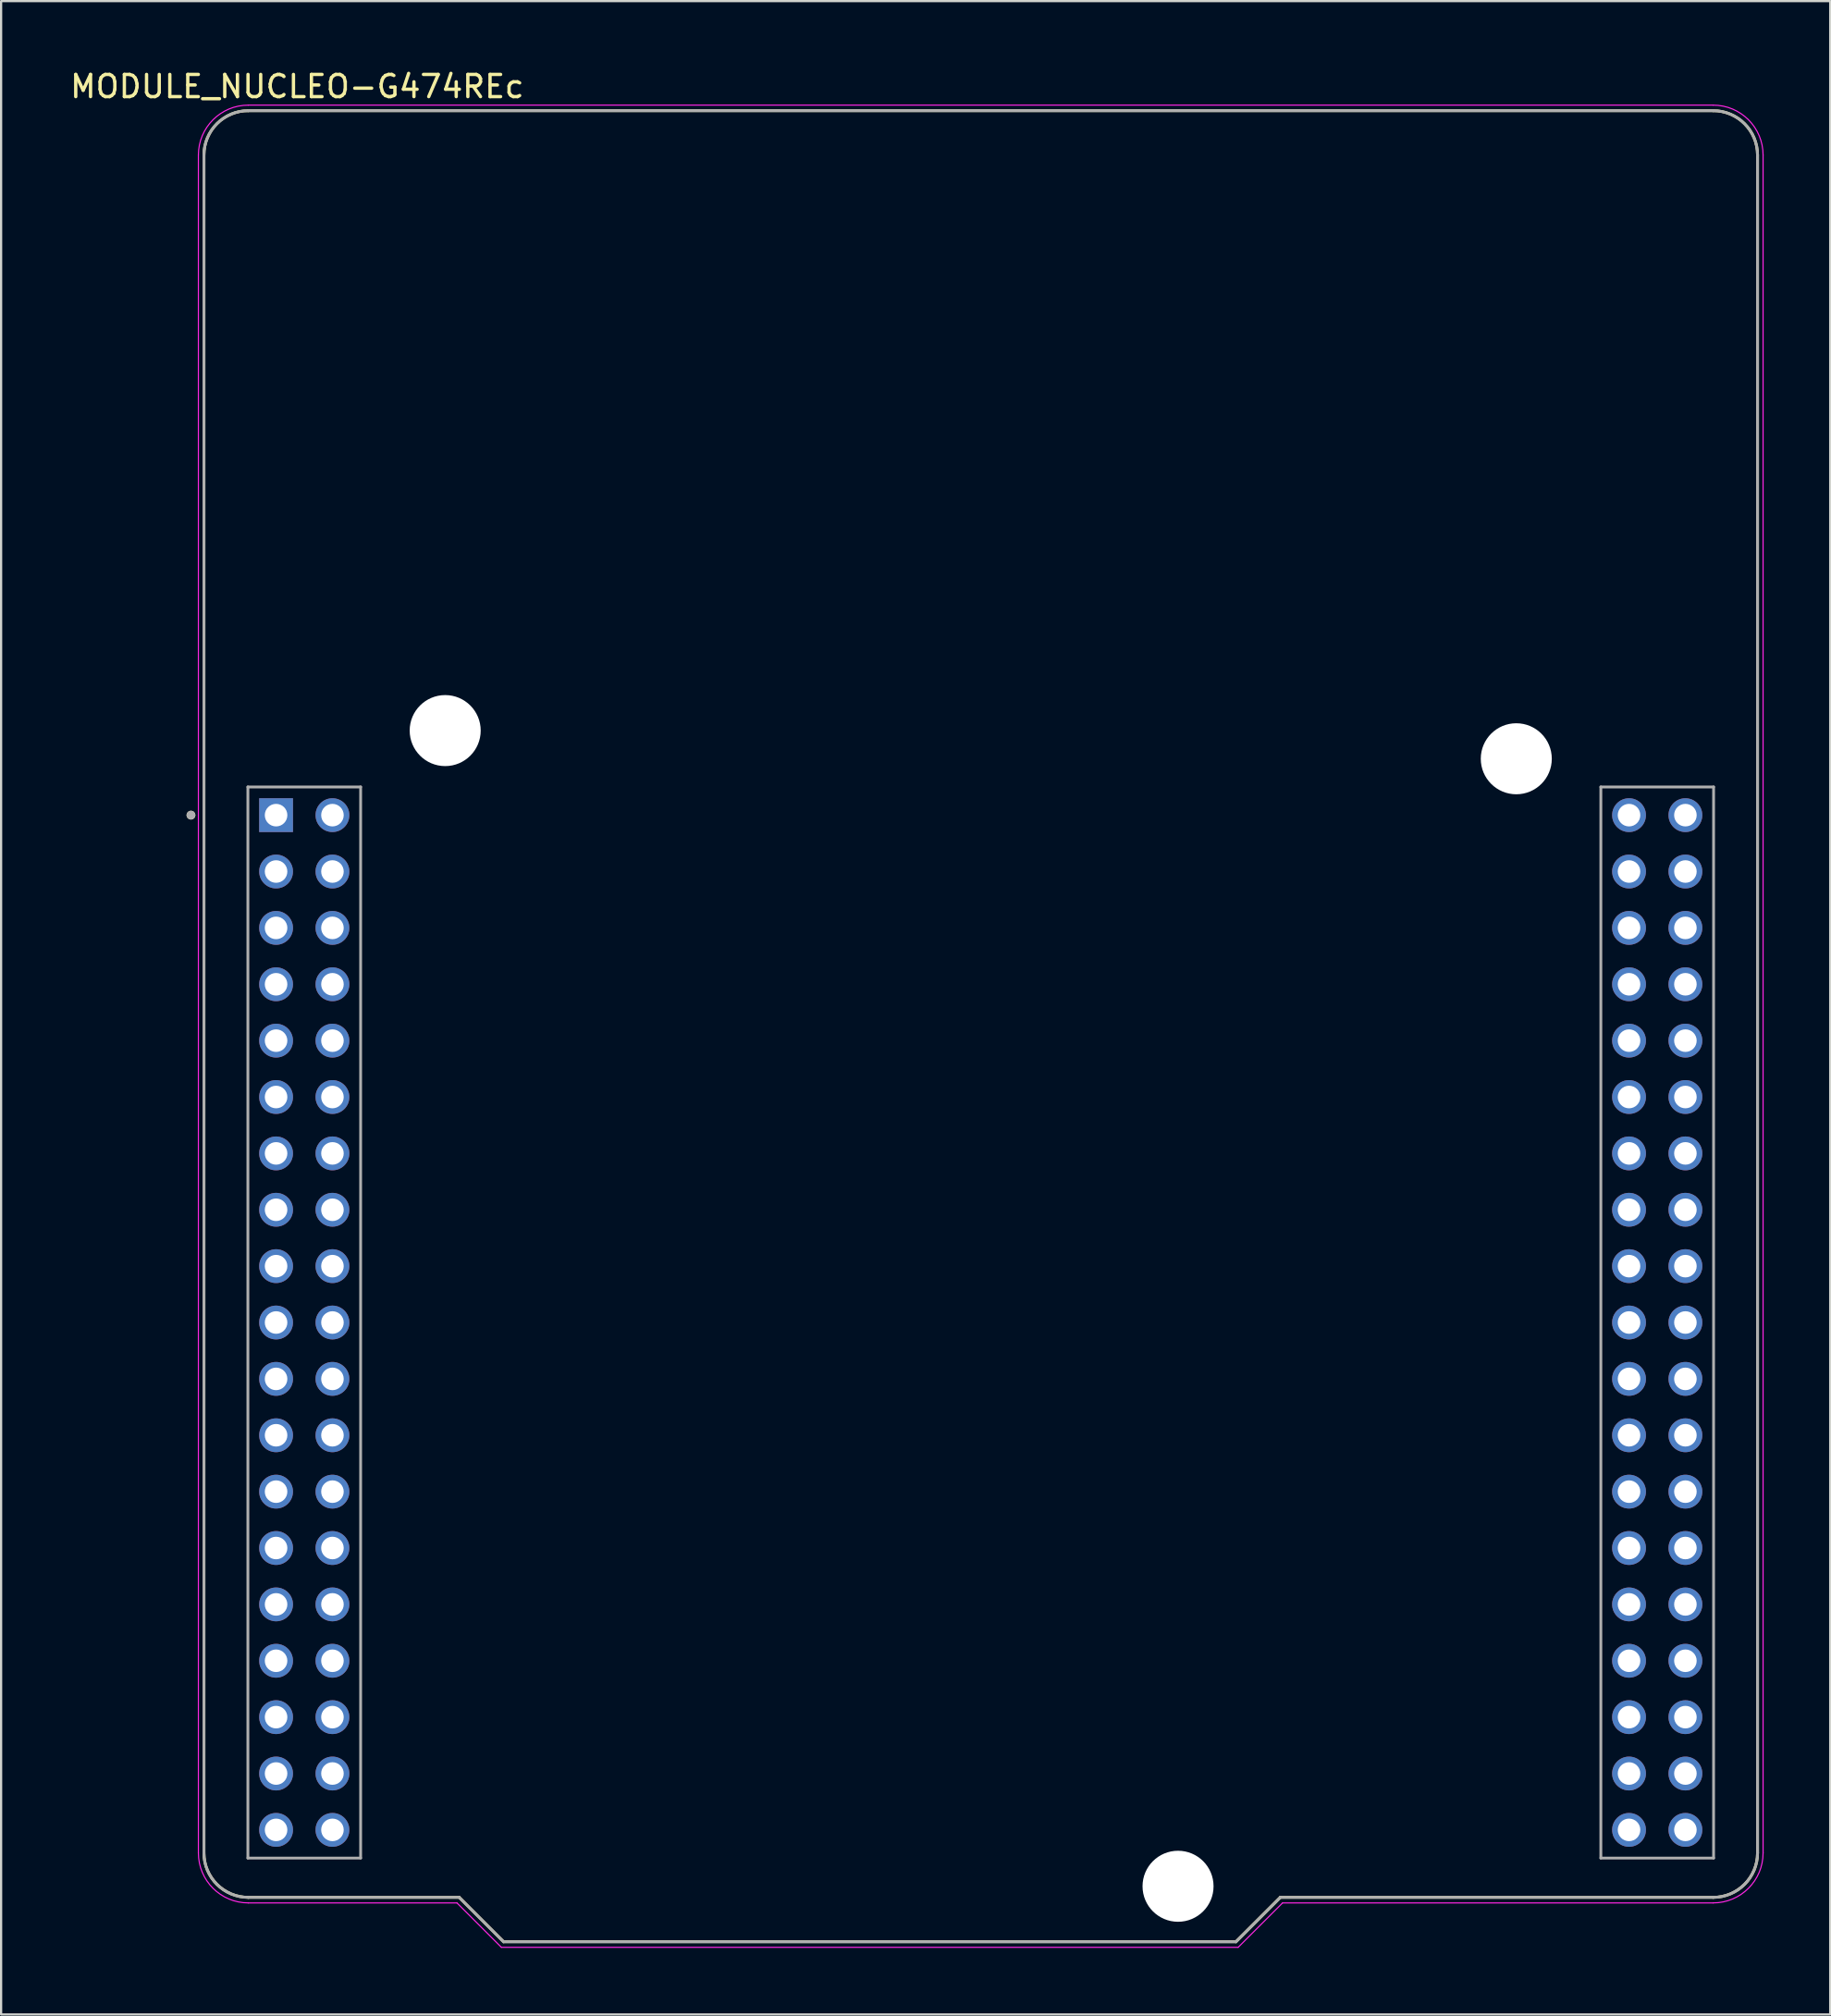
<source format=kicad_pcb>
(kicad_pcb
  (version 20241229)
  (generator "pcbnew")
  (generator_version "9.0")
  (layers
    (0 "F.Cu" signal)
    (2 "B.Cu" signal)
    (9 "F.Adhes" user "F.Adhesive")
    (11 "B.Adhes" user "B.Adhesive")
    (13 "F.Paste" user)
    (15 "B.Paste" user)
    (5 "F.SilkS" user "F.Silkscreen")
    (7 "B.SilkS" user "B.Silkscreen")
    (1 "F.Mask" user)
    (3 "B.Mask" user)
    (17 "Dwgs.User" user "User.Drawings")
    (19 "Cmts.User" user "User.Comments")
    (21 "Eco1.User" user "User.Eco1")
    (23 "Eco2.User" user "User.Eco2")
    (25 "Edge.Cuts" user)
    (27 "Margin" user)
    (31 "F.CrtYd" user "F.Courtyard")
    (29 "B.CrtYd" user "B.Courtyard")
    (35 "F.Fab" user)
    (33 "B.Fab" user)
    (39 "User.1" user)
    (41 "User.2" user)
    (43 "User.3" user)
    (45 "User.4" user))
  (footprint "MODULE_NUCLEO-G474REc"
    (layer "F.Cu")
    (at 41.139 43.187)
    (property "Reference" "MODULE_NUCLEO-G474REc" (at -30.8 -42.339 0) (layer "F.SilkS") (effects (font (size 1 1) (thickness 0.15))))
    (attr through_hole)
    (fp_line (start -35 -39.25) (end -35 37.25) (stroke (width 0.127) (type solid)) (layer "F.SilkS"))
    (fp_line (start -33 -41.25) (end 33 -41.25) (stroke (width 0.127) (type solid)) (layer "F.SilkS"))
    (fp_line (start -33 39.25) (end -23.5 39.25) (stroke (width 0.127) (type solid)) (layer "F.SilkS"))
    (fp_line (start -23.5 39.25) (end -21.5 41.25) (stroke (width 0.127) (type solid)) (layer "F.SilkS"))
    (fp_line (start -21.5 41.25) (end 11.5 41.25) (stroke (width 0.127) (type solid)) (layer "F.SilkS"))
    (fp_line (start 11.5 41.25) (end 13.5 39.25) (stroke (width 0.127) (type solid)) (layer "F.SilkS"))
    (fp_line (start 13.5 39.25) (end 33 39.25) (stroke (width 0.127) (type solid)) (layer "F.SilkS"))
    (fp_line (start 35 37.25) (end 35 -39.25) (stroke (width 0.127) (type solid)) (layer "F.SilkS"))
    (fp_arc (start -35 -39.25) (mid -34.414214 -40.664214) (end -33 -41.25) (stroke (width 0.127) (type solid)) (layer "F.SilkS"))
    (fp_arc (start -33 39.25) (mid -34.414214 38.664214) (end -35 37.25) (stroke (width 0.127) (type solid)) (layer "F.SilkS"))
    (fp_arc (start 33 -41.25) (mid 34.414214 -40.664214) (end 35 -39.25) (stroke (width 0.127) (type solid)) (layer "F.SilkS"))
    (fp_arc (start 35 37.25) (mid 34.414214 38.664214) (end 33 39.25) (stroke (width 0.127) (type solid)) (layer "F.SilkS"))
    (fp_circle (center -35.585 -9.51) (end -35.485 -9.51) (stroke (width 0.2) (type solid)) (fill no) (layer "F.SilkS"))
    (fp_line (start -35.25 -39.25) (end -35.25 37.25) (stroke (width 0.05) (type solid)) (layer "F.CrtYd"))
    (fp_line (start -33 -41.5) (end 33 -41.5) (stroke (width 0.05) (type solid)) (layer "F.CrtYd"))
    (fp_line (start -33 39.5) (end -23.6 39.5) (stroke (width 0.05) (type solid)) (layer "F.CrtYd"))
    (fp_line (start -23.6 39.5) (end -21.6 41.5) (stroke (width 0.05) (type solid)) (layer "F.CrtYd"))
    (fp_line (start -21.6 41.5) (end 11.6 41.5) (stroke (width 0.05) (type solid)) (layer "F.CrtYd"))
    (fp_line (start 11.6 41.5) (end 13.6 39.5) (stroke (width 0.05) (type solid)) (layer "F.CrtYd"))
    (fp_line (start 13.6 39.5) (end 33 39.5) (stroke (width 0.05) (type solid)) (layer "F.CrtYd"))
    (fp_line (start 35.25 37.25) (end 35.25 -39.25) (stroke (width 0.05) (type solid)) (layer "F.CrtYd"))
    (fp_arc (start -35.25 -39.25) (mid -34.59099 -40.84099) (end -33 -41.5) (stroke (width 0.05) (type solid)) (layer "F.CrtYd"))
    (fp_arc (start -33 39.5) (mid -34.59099 38.84099) (end -35.25 37.25) (stroke (width 0.05) (type solid)) (layer "F.CrtYd"))
    (fp_arc (start 33 -41.5) (mid 34.59099 -40.84099) (end 35.25 -39.25) (stroke (width 0.05) (type solid)) (layer "F.CrtYd"))
    (fp_arc (start 35.25 37.25) (mid 34.59099 38.84099) (end 33 39.5) (stroke (width 0.05) (type solid)) (layer "F.CrtYd"))
    (fp_line (start -35 -39.25) (end -35 37.25) (stroke (width 0.127) (type solid)) (layer "F.Fab"))
    (fp_line (start -33.02 -10.78) (end -27.94 -10.78) (stroke (width 0.127) (type solid)) (layer "F.Fab"))
    (fp_line (start -33.02 37.48) (end -33.02 -10.78) (stroke (width 0.127) (type solid)) (layer "F.Fab"))
    (fp_line (start -33 -41.25) (end 33 -41.25) (stroke (width 0.127) (type solid)) (layer "F.Fab"))
    (fp_line (start -33 39.25) (end -23.5 39.25) (stroke (width 0.127) (type solid)) (layer "F.Fab"))
    (fp_line (start -27.94 -10.78) (end -27.94 37.48) (stroke (width 0.127) (type solid)) (layer "F.Fab"))
    (fp_line (start -27.94 37.48) (end -33.02 37.48) (stroke (width 0.127) (type solid)) (layer "F.Fab"))
    (fp_line (start -23.5 39.25) (end -21.5 41.25) (stroke (width 0.127) (type solid)) (layer "F.Fab"))
    (fp_line (start -21.5 41.25) (end 11.5 41.25) (stroke (width 0.127) (type solid)) (layer "F.Fab"))
    (fp_line (start 11.5 41.25) (end 13.5 39.25) (stroke (width 0.127) (type solid)) (layer "F.Fab"))
    (fp_line (start 13.5 39.25) (end 33 39.25) (stroke (width 0.127) (type solid)) (layer "F.Fab"))
    (fp_line (start 27.94 -10.78) (end 33.02 -10.78) (stroke (width 0.127) (type solid)) (layer "F.Fab"))
    (fp_line (start 27.94 37.48) (end 27.94 -10.78) (stroke (width 0.127) (type solid)) (layer "F.Fab"))
    (fp_line (start 33.02 -10.78) (end 33.02 37.48) (stroke (width 0.127) (type solid)) (layer "F.Fab"))
    (fp_line (start 33.02 37.48) (end 27.94 37.48) (stroke (width 0.127) (type solid)) (layer "F.Fab"))
    (fp_line (start 35 37.25) (end 35 -39.25) (stroke (width 0.127) (type solid)) (layer "F.Fab"))
    (fp_arc (start -35 -39.25) (mid -34.414214 -40.664214) (end -33 -41.25) (stroke (width 0.127) (type solid)) (layer "F.Fab"))
    (fp_arc (start -33 39.25) (mid -34.414214 38.664214) (end -35 37.25) (stroke (width 0.127) (type solid)) (layer "F.Fab"))
    (fp_arc (start 33 -41.25) (mid 34.414214 -40.664214) (end 35 -39.25) (stroke (width 0.127) (type solid)) (layer "F.Fab"))
    (fp_arc (start 35 37.25) (mid 34.414214 38.664214) (end 33 39.25) (stroke (width 0.127) (type solid)) (layer "F.Fab"))
    (fp_circle (center -35.585 -9.51) (end -35.485 -9.51) (stroke (width 0.2) (type solid)) (fill no) (layer "F.Fab"))
    (pad "" np_thru_hole circle (at -24.13 -13.32) (size 3.2 3.2) (drill 3.2) (layers "*.Cu" "*.Mask"))
    (pad "" np_thru_hole circle (at 8.89 38.75) (size 3.2 3.2) (drill 3.2) (layers "*.Cu" "*.Mask"))
    (pad "" np_thru_hole circle (at 24.13 -12.05) (size 3.2 3.2) (drill 3.2) (layers "*.Cu" "*.Mask"))
    (pad "CN7_1" thru_hole rect (at -31.75 -9.51) (size 1.524 1.524) (drill 1.016) (layers "*.Cu" "*.Mask"))
    (pad "CN7_2" thru_hole circle (at -29.21 -9.51) (size 1.524 1.524) (drill 1.016) (layers "*.Cu" "*.Mask"))
    (pad "CN7_3" thru_hole circle (at -31.75 -6.97) (size 1.524 1.524) (drill 1.016) (layers "*.Cu" "*.Mask"))
    (pad "CN7_4" thru_hole circle (at -29.21 -6.97) (size 1.524 1.524) (drill 1.016) (layers "*.Cu" "*.Mask"))
    (pad "CN7_5" thru_hole circle (at -31.75 -4.43) (size 1.524 1.524) (drill 1.016) (layers "*.Cu" "*.Mask"))
    (pad "CN7_6" thru_hole circle (at -29.21 -4.43) (size 1.524 1.524) (drill 1.016) (layers "*.Cu" "*.Mask"))
    (pad "CN7_7" thru_hole circle (at -31.75 -1.89) (size 1.524 1.524) (drill 1.016) (layers "*.Cu" "*.Mask"))
    (pad "CN7_8" thru_hole circle (at -29.21 -1.89) (size 1.524 1.524) (drill 1.016) (layers "*.Cu" "*.Mask"))
    (pad "CN7_9" thru_hole circle (at -31.75 0.65) (size 1.524 1.524) (drill 1.016) (layers "*.Cu" "*.Mask"))
    (pad "CN7_10" thru_hole circle (at -29.21 0.65) (size 1.524 1.524) (drill 1.016) (layers "*.Cu" "*.Mask"))
    (pad "CN7_11" thru_hole circle (at -31.75 3.19) (size 1.524 1.524) (drill 1.016) (layers "*.Cu" "*.Mask"))
    (pad "CN7_12" thru_hole circle (at -29.21 3.19) (size 1.524 1.524) (drill 1.016) (layers "*.Cu" "*.Mask"))
    (pad "CN7_13" thru_hole circle (at -31.75 5.73) (size 1.524 1.524) (drill 1.016) (layers "*.Cu" "*.Mask"))
    (pad "CN7_14" thru_hole circle (at -29.21 5.73) (size 1.524 1.524) (drill 1.016) (layers "*.Cu" "*.Mask"))
    (pad "CN7_15" thru_hole circle (at -31.75 8.27) (size 1.524 1.524) (drill 1.016) (layers "*.Cu" "*.Mask"))
    (pad "CN7_16" thru_hole circle (at -29.21 8.27) (size 1.524 1.524) (drill 1.016) (layers "*.Cu" "*.Mask"))
    (pad "CN7_17" thru_hole circle (at -31.75 10.81) (size 1.524 1.524) (drill 1.016) (layers "*.Cu" "*.Mask"))
    (pad "CN7_18" thru_hole circle (at -29.21 10.81) (size 1.524 1.524) (drill 1.016) (layers "*.Cu" "*.Mask"))
    (pad "CN7_19" thru_hole circle (at -31.75 13.35) (size 1.524 1.524) (drill 1.016) (layers "*.Cu" "*.Mask"))
    (pad "CN7_20" thru_hole circle (at -29.21 13.35) (size 1.524 1.524) (drill 1.016) (layers "*.Cu" "*.Mask"))
    (pad "CN7_21" thru_hole circle (at -31.75 15.89) (size 1.524 1.524) (drill 1.016) (layers "*.Cu" "*.Mask"))
    (pad "CN7_22" thru_hole circle (at -29.21 15.89) (size 1.524 1.524) (drill 1.016) (layers "*.Cu" "*.Mask"))
    (pad "CN7_23" thru_hole circle (at -31.75 18.43) (size 1.524 1.524) (drill 1.016) (layers "*.Cu" "*.Mask"))
    (pad "CN7_24" thru_hole circle (at -29.21 18.43) (size 1.524 1.524) (drill 1.016) (layers "*.Cu" "*.Mask"))
    (pad "CN7_25" thru_hole circle (at -31.75 20.97) (size 1.524 1.524) (drill 1.016) (layers "*.Cu" "*.Mask"))
    (pad "CN7_26" thru_hole circle (at -29.21 20.97) (size 1.524 1.524) (drill 1.016) (layers "*.Cu" "*.Mask"))
    (pad "CN7_27" thru_hole circle (at -31.75 23.51) (size 1.524 1.524) (drill 1.016) (layers "*.Cu" "*.Mask"))
    (pad "CN7_28" thru_hole circle (at -29.21 23.51) (size 1.524 1.524) (drill 1.016) (layers "*.Cu" "*.Mask"))
    (pad "CN7_29" thru_hole circle (at -31.75 26.05) (size 1.524 1.524) (drill 1.016) (layers "*.Cu" "*.Mask"))
    (pad "CN7_30" thru_hole circle (at -29.21 26.05) (size 1.524 1.524) (drill 1.016) (layers "*.Cu" "*.Mask"))
    (pad "CN7_31" thru_hole circle (at -31.75 28.59) (size 1.524 1.524) (drill 1.016) (layers "*.Cu" "*.Mask"))
    (pad "CN7_32" thru_hole circle (at -29.21 28.59) (size 1.524 1.524) (drill 1.016) (layers "*.Cu" "*.Mask"))
    (pad "CN7_33" thru_hole circle (at -31.75 31.13) (size 1.524 1.524) (drill 1.016) (layers "*.Cu" "*.Mask"))
    (pad "CN7_34" thru_hole circle (at -29.21 31.13) (size 1.524 1.524) (drill 1.016) (layers "*.Cu" "*.Mask"))
    (pad "CN7_35" thru_hole circle (at -31.75 33.67) (size 1.524 1.524) (drill 1.016) (layers "*.Cu" "*.Mask"))
    (pad "CN7_36" thru_hole circle (at -29.21 33.67) (size 1.524 1.524) (drill 1.016) (layers "*.Cu" "*.Mask"))
    (pad "CN7_37" thru_hole circle (at -31.75 36.21) (size 1.524 1.524) (drill 1.016) (layers "*.Cu" "*.Mask"))
    (pad "CN7_38" thru_hole circle (at -29.21 36.21) (size 1.524 1.524) (drill 1.016) (layers "*.Cu" "*.Mask"))
    (pad "CN10_1" thru_hole circle (at 29.21 -9.51) (size 1.524 1.524) (drill 1.016) (layers "*.Cu" "*.Mask"))
    (pad "CN10_2" thru_hole circle (at 31.75 -9.51) (size 1.524 1.524) (drill 1.016) (layers "*.Cu" "*.Mask"))
    (pad "CN10_3" thru_hole circle (at 29.21 -6.97) (size 1.524 1.524) (drill 1.016) (layers "*.Cu" "*.Mask"))
    (pad "CN10_4" thru_hole circle (at 31.75 -6.97) (size 1.524 1.524) (drill 1.016) (layers "*.Cu" "*.Mask"))
    (pad "CN10_5" thru_hole circle (at 29.21 -4.43) (size 1.524 1.524) (drill 1.016) (layers "*.Cu" "*.Mask"))
    (pad "CN10_6" thru_hole circle (at 31.75 -4.43) (size 1.524 1.524) (drill 1.016) (layers "*.Cu" "*.Mask"))
    (pad "CN10_7" thru_hole circle (at 29.21 -1.89) (size 1.524 1.524) (drill 1.016) (layers "*.Cu" "*.Mask"))
    (pad "CN10_8" thru_hole circle (at 31.75 -1.89) (size 1.524 1.524) (drill 1.016) (layers "*.Cu" "*.Mask"))
    (pad "CN10_9" thru_hole circle (at 29.21 0.65) (size 1.524 1.524) (drill 1.016) (layers "*.Cu" "*.Mask"))
    (pad "CN10_10" thru_hole circle (at 31.75 0.65) (size 1.524 1.524) (drill 1.016) (layers "*.Cu" "*.Mask"))
    (pad "CN10_11" thru_hole circle (at 29.21 3.19) (size 1.524 1.524) (drill 1.016) (layers "*.Cu" "*.Mask"))
    (pad "CN10_12" thru_hole circle (at 31.75 3.19) (size 1.524 1.524) (drill 1.016) (layers "*.Cu" "*.Mask"))
    (pad "CN10_13" thru_hole circle (at 29.21 5.73) (size 1.524 1.524) (drill 1.016) (layers "*.Cu" "*.Mask"))
    (pad "CN10_14" thru_hole circle (at 31.75 5.73) (size 1.524 1.524) (drill 1.016) (layers "*.Cu" "*.Mask"))
    (pad "CN10_15" thru_hole circle (at 29.21 8.27) (size 1.524 1.524) (drill 1.016) (layers "*.Cu" "*.Mask"))
    (pad "CN10_16" thru_hole circle (at 31.75 8.27) (size 1.524 1.524) (drill 1.016) (layers "*.Cu" "*.Mask"))
    (pad "CN10_17" thru_hole circle (at 29.21 10.81) (size 1.524 1.524) (drill 1.016) (layers "*.Cu" "*.Mask"))
    (pad "CN10_18" thru_hole circle (at 31.75 10.81) (size 1.524 1.524) (drill 1.016) (layers "*.Cu" "*.Mask"))
    (pad "CN10_19" thru_hole circle (at 29.21 13.35) (size 1.524 1.524) (drill 1.016) (layers "*.Cu" "*.Mask"))
    (pad "CN10_20" thru_hole circle (at 31.75 13.35) (size 1.524 1.524) (drill 1.016) (layers "*.Cu" "*.Mask"))
    (pad "CN10_21" thru_hole circle (at 29.21 15.89) (size 1.524 1.524) (drill 1.016) (layers "*.Cu" "*.Mask"))
    (pad "CN10_22" thru_hole circle (at 31.75 15.89) (size 1.524 1.524) (drill 1.016) (layers "*.Cu" "*.Mask"))
    (pad "CN10_23" thru_hole circle (at 29.21 18.43) (size 1.524 1.524) (drill 1.016) (layers "*.Cu" "*.Mask"))
    (pad "CN10_24" thru_hole circle (at 31.75 18.43) (size 1.524 1.524) (drill 1.016) (layers "*.Cu" "*.Mask"))
    (pad "CN10_25" thru_hole circle (at 29.21 20.97) (size 1.524 1.524) (drill 1.016) (layers "*.Cu" "*.Mask"))
    (pad "CN10_26" thru_hole circle (at 31.75 20.97) (size 1.524 1.524) (drill 1.016) (layers "*.Cu" "*.Mask"))
    (pad "CN10_27" thru_hole circle (at 29.21 23.51) (size 1.524 1.524) (drill 1.016) (layers "*.Cu" "*.Mask"))
    (pad "CN10_28" thru_hole circle (at 31.75 23.51) (size 1.524 1.524) (drill 1.016) (layers "*.Cu" "*.Mask"))
    (pad "CN10_29" thru_hole circle (at 29.21 26.05) (size 1.524 1.524) (drill 1.016) (layers "*.Cu" "*.Mask"))
    (pad "CN10_30" thru_hole circle (at 31.75 26.05) (size 1.524 1.524) (drill 1.016) (layers "*.Cu" "*.Mask"))
    (pad "CN10_31" thru_hole circle (at 29.21 28.59) (size 1.524 1.524) (drill 1.016) (layers "*.Cu" "*.Mask"))
    (pad "CN10_32" thru_hole circle (at 31.75 28.59) (size 1.524 1.524) (drill 1.016) (layers "*.Cu" "*.Mask"))
    (pad "CN10_33" thru_hole circle (at 29.21 31.13) (size 1.524 1.524) (drill 1.016) (layers "*.Cu" "*.Mask"))
    (pad "CN10_34" thru_hole circle (at 31.75 31.13) (size 1.524 1.524) (drill 1.016) (layers "*.Cu" "*.Mask"))
    (pad "CN10_35" thru_hole circle (at 29.21 33.67) (size 1.524 1.524) (drill 1.016) (layers "*.Cu" "*.Mask"))
    (pad "CN10_36" thru_hole circle (at 31.75 33.67) (size 1.524 1.524) (drill 1.016) (layers "*.Cu" "*.Mask"))
    (pad "CN10_37" thru_hole circle (at 29.21 36.21) (size 1.524 1.524) (drill 1.016) (layers "*.Cu" "*.Mask"))
    (pad "CN10_38" thru_hole circle (at 31.75 36.21) (size 1.524 1.524) (drill 1.016) (layers "*.Cu" "*.Mask")))
  (gr_rect
    (start -3 -3)
    (end 79.414 87.712)
    (stroke (width 0.1) (type default))
    (fill no)
    (layer "Edge.Cuts")))
</source>
